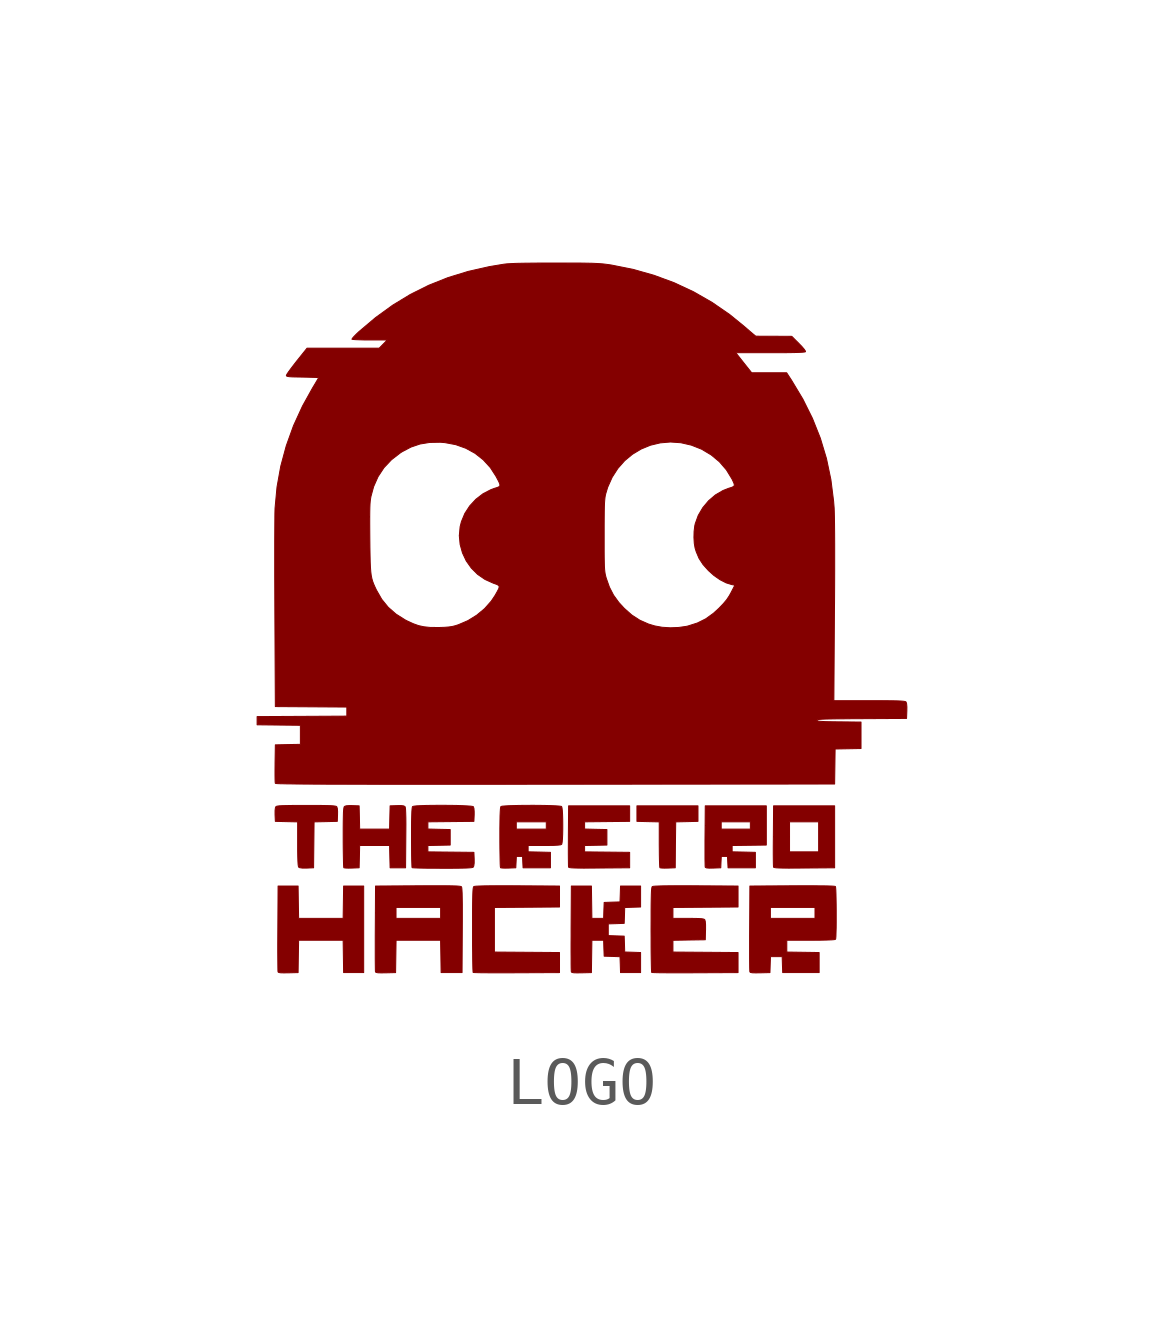
<source format=kicad_sym>
(kicad_symbol_lib
  (version 20220914)
  (generator "bitmap2component")
  (generator_version "8.0")
  (symbol "LOGO"
    (pin_names
      (offset 1.016))
    (property "Reference" "#G"
      (at 0 9.236 0)
      (effects (font (size 1.27 1.27)) hide))
    (symbol "LOGO_0_0"
      (polyline (pts (xy -5.719 -6.906) (xy -5.515 -6.901) (xy -5.51 -6.564) (xy -5.504 -6.227) (xy -5.04 -6.227) (xy -4.576 -6.227) (xy -4.571 -6.564) (xy -4.566 -6.901) (xy -4.357 -6.901) (xy -4.148 -6.901) (xy -4.148 -5.999) (xy -4.148 -5.097) (xy -4.357 -5.097) (xy -4.566 -5.097) (xy -4.571 -5.434) (xy -4.576 -5.771) (xy -5.04 -5.771) (xy -5.504 -5.771) (xy -5.51 -5.434) (xy -5.515 -5.097) (xy -5.724 -5.097) (xy -5.932 -5.097) (xy -5.937 -5.98) (xy -5.938 -6.142) (xy -5.939 -6.312) (xy -5.939 -6.467) (xy -5.938 -6.604) (xy -5.937 -6.718) (xy -5.936 -6.806) (xy -5.935 -6.864) (xy -5.933 -6.887) (xy -5.919 -6.898) (xy -5.882 -6.905) (xy -5.817 -6.907) (xy -5.719 -6.906)) (stroke (width 0.01) (type default)) (fill (type outline)))
      (polyline (pts (xy -3.688 -6.906) (xy -3.483 -6.901) (xy -3.478 -6.564) (xy -3.473 -6.227) (xy -3.009 -6.227) (xy -2.545 -6.227) (xy -2.539 -6.564) (xy -2.534 -6.901) (xy -2.316 -6.901) (xy -2.098 -6.901) (xy -2.093 -6.02) (xy -2.092 -5.829) (xy -2.092 -5.634) (xy -2.092 -5.473) (xy -2.094 -5.344) (xy -2.096 -5.245) (xy -2.1 -5.176) (xy -2.104 -5.132) (xy -2.11 -5.113) (xy -2.114 -5.11) (xy -2.131 -5.104) (xy -2.161 -5.1) (xy -2.209 -5.096) (xy -2.276 -5.094) (xy -2.366 -5.092) (xy -2.482 -5.091) (xy -2.627 -5.091) (xy -2.804 -5.091) (xy -3.016 -5.092) (xy -3.901 -5.097) (xy -3.904 -5.657) (xy -3.474 -5.657) (xy -3.474 -5.543) (xy -3.009 -5.543) (xy -2.544 -5.543) (xy -2.544 -5.657) (xy -2.544 -5.771) (xy -3.009 -5.771) (xy -3.474 -5.771) (xy -3.474 -5.657) (xy -3.904 -5.657) (xy -3.906 -5.98) (xy -3.907 -6.142) (xy -3.907 -6.312) (xy -3.907 -6.467) (xy -3.907 -6.604) (xy -3.906 -6.718) (xy -3.905 -6.806) (xy -3.904 -6.864) (xy -3.902 -6.887) (xy -3.888 -6.898) (xy -3.85 -6.905) (xy -3.786 -6.907) (xy -3.688 -6.906)) (stroke (width 0.01) (type default)) (fill (type outline)))
      (polyline (pts (xy -1.141 -6.906) (xy -0.96 -6.905) (xy -0.067 -6.901) (xy -0.067 -6.692) (xy -0.067 -6.483) (xy -0.745 -6.478) (xy -1.424 -6.473) (xy -1.424 -6.008) (xy -1.424 -5.544) (xy -0.745 -5.539) (xy -0.067 -5.534) (xy -0.067 -5.315) (xy -0.067 -5.097) (xy -0.947 -5.092) (xy -1.123 -5.091) (xy -1.322 -5.091) (xy -1.486 -5.092) (xy -1.617 -5.093) (xy -1.718 -5.096) (xy -1.79 -5.099) (xy -1.834 -5.103) (xy -1.853 -5.109) (xy -1.856 -5.111) (xy -1.862 -5.127) (xy -1.867 -5.156) (xy -1.871 -5.203) (xy -1.874 -5.27) (xy -1.876 -5.359) (xy -1.878 -5.475) (xy -1.879 -5.619) (xy -1.879 -5.796) (xy -1.879 -6.008) (xy -1.879 -6.167) (xy -1.879 -6.335) (xy -1.877 -6.489) (xy -1.876 -6.624) (xy -1.874 -6.736) (xy -1.872 -6.821) (xy -1.869 -6.877) (xy -1.867 -6.897) (xy -1.847 -6.9) (xy -1.793 -6.902) (xy -1.709 -6.904) (xy -1.597 -6.905) (xy -1.463 -6.906) (xy -1.31 -6.906) (xy -1.141 -6.906)) (stroke (width 0.01) (type default)) (fill (type outline)))
      (polyline (pts (xy 0.394 -6.906) (xy 0.598 -6.901) (xy 0.603 -6.564) (xy 0.608 -6.227) (xy 0.731 -6.227) (xy 0.853 -6.227) (xy 0.858 -6.393) (xy 0.864 -6.559) (xy 1.029 -6.564) (xy 1.194 -6.57) (xy 1.2 -6.735) (xy 1.205 -6.901) (xy 1.414 -6.901) (xy 1.623 -6.901) (xy 1.623 -6.692) (xy 1.623 -6.483) (xy 1.458 -6.477) (xy 1.292 -6.472) (xy 1.287 -6.307) (xy 1.281 -6.141) (xy 1.115 -6.136) (xy 0.949 -6.13) (xy 0.949 -6.008) (xy 0.949 -5.886) (xy 1.115 -5.881) (xy 1.281 -5.875) (xy 1.287 -5.71) (xy 1.292 -5.545) (xy 1.458 -5.539) (xy 1.623 -5.534) (xy 1.623 -5.315) (xy 1.623 -5.097) (xy 1.414 -5.097) (xy 1.205 -5.097) (xy 1.2 -5.263) (xy 1.194 -5.428) (xy 1.029 -5.433) (xy 0.864 -5.439) (xy 0.858 -5.605) (xy 0.853 -5.771) (xy 0.731 -5.771) (xy 0.608 -5.771) (xy 0.603 -5.434) (xy 0.598 -5.097) (xy 0.389 -5.097) (xy 0.18 -5.097) (xy 0.175 -5.98) (xy 0.175 -6.142) (xy 0.174 -6.312) (xy 0.174 -6.467) (xy 0.175 -6.604) (xy 0.175 -6.718) (xy 0.176 -6.806) (xy 0.178 -6.864) (xy 0.18 -6.887) (xy 0.194 -6.898) (xy 0.231 -6.905) (xy 0.296 -6.907) (xy 0.394 -6.906)) (stroke (width 0.01) (type default)) (fill (type outline)))
      (polyline (pts (xy 2.58 -6.906) (xy 2.761 -6.905) (xy 3.654 -6.901) (xy 3.654 -6.692) (xy 3.654 -6.483) (xy 2.976 -6.478) (xy 2.297 -6.473) (xy 2.297 -6.35) (xy 2.297 -6.228) (xy 2.634 -6.222) (xy 2.971 -6.217) (xy 2.976 -6.021) (xy 2.977 -6.01) (xy 2.977 -5.904) (xy 2.971 -5.833) (xy 2.96 -5.798) (xy 2.956 -5.794) (xy 2.935 -5.785) (xy 2.896 -5.778) (xy 2.833 -5.774) (xy 2.742 -5.772) (xy 2.617 -5.771) (xy 2.297 -5.771) (xy 2.297 -5.657) (xy 2.297 -5.544) (xy 2.976 -5.539) (xy 3.654 -5.534) (xy 3.654 -5.315) (xy 3.654 -5.097) (xy 2.774 -5.092) (xy 2.598 -5.091) (xy 2.399 -5.091) (xy 2.235 -5.092) (xy 2.103 -5.093) (xy 2.003 -5.096) (xy 1.931 -5.099) (xy 1.887 -5.103) (xy 1.867 -5.109) (xy 1.865 -5.111) (xy 1.859 -5.127) (xy 1.854 -5.156) (xy 1.85 -5.203) (xy 1.847 -5.27) (xy 1.845 -5.359) (xy 1.843 -5.475) (xy 1.842 -5.619) (xy 1.842 -5.796) (xy 1.841 -6.008) (xy 1.842 -6.167) (xy 1.842 -6.335) (xy 1.843 -6.489) (xy 1.845 -6.624) (xy 1.847 -6.736) (xy 1.849 -6.821) (xy 1.852 -6.877) (xy 1.854 -6.897) (xy 1.874 -6.9) (xy 1.928 -6.902) (xy 2.012 -6.904) (xy 2.123 -6.905) (xy 2.257 -6.906) (xy 2.411 -6.906) (xy 2.58 -6.906)) (stroke (width 0.01) (type default)) (fill (type outline)))
      (polyline (pts (xy 4.114 -6.906) (xy 4.319 -6.901) (xy 4.324 -6.734) (xy 4.33 -6.568) (xy 4.452 -6.568) (xy 4.574 -6.568) (xy 4.579 -6.734) (xy 4.585 -6.901) (xy 4.964 -6.901) (xy 5.344 -6.901) (xy 5.344 -6.692) (xy 5.344 -6.483) (xy 5.007 -6.478) (xy 4.67 -6.473) (xy 4.67 -6.35) (xy 4.67 -6.227) (xy 5.172 -6.227) (xy 5.188 -6.227) (xy 5.364 -6.226) (xy 5.501 -6.223) (xy 5.601 -6.219) (xy 5.662 -6.214) (xy 5.686 -6.206) (xy 5.69 -6.191) (xy 5.694 -6.142) (xy 5.696 -6.065) (xy 5.699 -5.968) (xy 5.7 -5.854) (xy 5.7 -5.732) (xy 5.7 -5.605) (xy 5.699 -5.482) (xy 5.697 -5.366) (xy 5.695 -5.265) (xy 5.692 -5.184) (xy 5.688 -5.129) (xy 5.683 -5.106) (xy 5.683 -5.106) (xy 5.657 -5.101) (xy 5.595 -5.097) (xy 5.497 -5.094) (xy 5.366 -5.093) (xy 5.202 -5.091) (xy 5.007 -5.091) (xy 4.783 -5.092) (xy 3.901 -5.097) (xy 3.898 -5.657) (xy 4.328 -5.657) (xy 4.328 -5.543) (xy 4.793 -5.543) (xy 5.258 -5.543) (xy 5.258 -5.657) (xy 5.258 -5.771) (xy 4.793 -5.771) (xy 4.328 -5.771) (xy 4.328 -5.657) (xy 3.898 -5.657) (xy 3.896 -5.98) (xy 3.895 -6.142) (xy 3.895 -6.312) (xy 3.895 -6.467) (xy 3.895 -6.604) (xy 3.896 -6.718) (xy 3.897 -6.806) (xy 3.899 -6.864) (xy 3.901 -6.887) (xy 3.915 -6.898) (xy 3.952 -6.905) (xy 4.017 -6.907) (xy 4.114 -6.906)) (stroke (width 0.01) (type default)) (fill (type outline)))
      (polyline (pts (xy -5.192 -4.717) (xy -5.187 -4.239) (xy -5.182 -3.76) (xy -4.94 -3.755) (xy -4.698 -3.749) (xy -4.693 -3.61) (xy -4.692 -3.546) (xy -4.697 -3.48) (xy -4.709 -3.444) (xy -4.719 -3.437) (xy -4.742 -3.431) (xy -4.781 -3.426) (xy -4.84 -3.422) (xy -4.921 -3.42) (xy -5.03 -3.418) (xy -5.17 -3.417) (xy -5.344 -3.417) (xy -5.494 -3.417) (xy -5.639 -3.418) (xy -5.752 -3.42) (xy -5.838 -3.422) (xy -5.899 -3.425) (xy -5.941 -3.43) (xy -5.966 -3.436) (xy -5.978 -3.444) (xy -5.988 -3.467) (xy -5.995 -3.525) (xy -5.995 -3.61) (xy -5.989 -3.749) (xy -5.757 -3.755) (xy -5.524 -3.76) (xy -5.524 -4.221) (xy -5.524 -4.353) (xy -5.522 -4.481) (xy -5.519 -4.577) (xy -5.515 -4.644) (xy -5.509 -4.686) (xy -5.501 -4.705) (xy -5.485 -4.714) (xy -5.428 -4.723) (xy -5.335 -4.723) (xy -5.192 -4.717)) (stroke (width 0.01) (type default)) (fill (type outline)))
      (polyline (pts (xy -4.396 -4.723) (xy -4.243 -4.717) (xy -4.237 -4.485) (xy -4.232 -4.252) (xy -3.92 -4.252) (xy -3.608 -4.252) (xy -3.603 -4.485) (xy -3.597 -4.717) (xy -3.436 -4.717) (xy -3.275 -4.717) (xy -3.27 -4.093) (xy -3.269 -3.97) (xy -3.268 -3.806) (xy -3.269 -3.675) (xy -3.272 -3.576) (xy -3.275 -3.506) (xy -3.28 -3.462) (xy -3.287 -3.442) (xy -3.289 -3.439) (xy -3.318 -3.426) (xy -3.37 -3.42) (xy -3.453 -3.421) (xy -3.597 -3.426) (xy -3.603 -3.669) (xy -3.608 -3.911) (xy -3.92 -3.911) (xy -4.232 -3.911) (xy -4.237 -3.669) (xy -4.243 -3.426) (xy -4.382 -3.421) (xy -4.446 -3.42) (xy -4.513 -3.425) (xy -4.548 -3.438) (xy -4.555 -3.448) (xy -4.561 -3.472) (xy -4.566 -3.512) (xy -4.57 -3.571) (xy -4.572 -3.655) (xy -4.574 -3.765) (xy -4.575 -3.905) (xy -4.575 -4.081) (xy -4.575 -4.176) (xy -4.574 -4.319) (xy -4.572 -4.447) (xy -4.57 -4.555) (xy -4.568 -4.638) (xy -4.565 -4.693) (xy -4.562 -4.715) (xy -4.559 -4.717) (xy -4.526 -4.722) (xy -4.468 -4.724) (xy -4.396 -4.723)) (stroke (width 0.01) (type default)) (fill (type outline)))
      (polyline (pts (xy -2.343 -4.727) (xy -2.2 -4.726) (xy -2.087 -4.724) (xy -2.002 -4.722) (xy -1.94 -4.718) (xy -1.899 -4.714) (xy -1.874 -4.708) (xy -1.862 -4.7) (xy -1.853 -4.677) (xy -1.845 -4.619) (xy -1.845 -4.534) (xy -1.851 -4.395) (xy -2.33 -4.39) (xy -2.81 -4.385) (xy -2.81 -4.319) (xy -2.81 -4.253) (xy -2.577 -4.248) (xy -2.345 -4.243) (xy -2.345 -4.082) (xy -2.345 -3.92) (xy -2.577 -3.915) (xy -2.81 -3.909) (xy -2.81 -3.834) (xy -2.81 -3.759) (xy -2.33 -3.754) (xy -1.851 -3.749) (xy -1.845 -3.61) (xy -1.845 -3.546) (xy -1.85 -3.48) (xy -1.862 -3.444) (xy -1.873 -3.439) (xy -1.917 -3.432) (xy -1.991 -3.427) (xy -2.089 -3.422) (xy -2.204 -3.418) (xy -2.332 -3.416) (xy -2.466 -3.415) (xy -2.602 -3.415) (xy -2.733 -3.416) (xy -2.854 -3.418) (xy -2.96 -3.422) (xy -3.045 -3.426) (xy -3.103 -3.433) (xy -3.128 -3.44) (xy -3.134 -3.451) (xy -3.139 -3.486) (xy -3.144 -3.545) (xy -3.147 -3.632) (xy -3.15 -3.748) (xy -3.151 -3.897) (xy -3.151 -4.082) (xy -3.151 -4.176) (xy -3.15 -4.319) (xy -3.149 -4.447) (xy -3.147 -4.554) (xy -3.144 -4.638) (xy -3.142 -4.693) (xy -3.139 -4.714) (xy -3.129 -4.716) (xy -3.086 -4.719) (xy -3.013 -4.722) (xy -2.913 -4.724) (xy -2.793 -4.726) (xy -2.655 -4.726) (xy -2.505 -4.727) (xy -2.343 -4.727)) (stroke (width 0.01) (type default)) (fill (type outline)))
      (polyline (pts (xy -1.13 -4.723) (xy -0.978 -4.717) (xy -0.972 -4.599) (xy -0.966 -4.48) (xy -0.902 -4.48) (xy -0.837 -4.48) (xy -0.832 -4.599) (xy -0.826 -4.717) (xy -0.541 -4.717) (xy -0.256 -4.717) (xy -0.256 -4.556) (xy -0.256 -4.395) (xy -0.489 -4.389) (xy -0.721 -4.384) (xy -0.721 -4.318) (xy -0.721 -4.252) (xy -0.384 -4.252) (xy -0.304 -4.252) (xy -0.185 -4.25) (xy -0.1 -4.245) (xy -0.047 -4.239) (xy -0.023 -4.229) (xy -0.019 -4.221) (xy -0.011 -4.179) (xy -0.005 -4.109) (xy -0.001 -4.019) (xy 0.001 -3.917) (xy 0.001 -3.809) (xy 0 -3.703) (xy -0.003 -3.606) (xy -0.008 -3.524) (xy -0.015 -3.467) (xy -0.023 -3.44) (xy -0.033 -3.436) (xy -0.078 -3.43) (xy -0.152 -3.425) (xy -0.249 -3.421) (xy -0.364 -3.418) (xy -0.492 -3.416) (xy -0.626 -3.415) (xy -0.762 -3.416) (xy -0.893 -3.417) (xy -1.014 -3.42) (xy -1.12 -3.423) (xy -1.204 -3.428) (xy -1.262 -3.433) (xy -1.287 -3.44) (xy -1.292 -3.451) (xy -1.298 -3.486) (xy -1.302 -3.545) (xy -1.306 -3.632) (xy -1.308 -3.748) (xy -1.309 -3.835) (xy -0.968 -3.835) (xy -0.968 -3.759) (xy -0.655 -3.759) (xy -0.342 -3.759) (xy -0.342 -3.835) (xy -0.342 -3.911) (xy -0.655 -3.911) (xy -0.968 -3.911) (xy -0.968 -3.835) (xy -1.309 -3.835) (xy -1.31 -3.897) (xy -1.31 -4.082) (xy -1.31 -4.176) (xy -1.309 -4.319) (xy -1.307 -4.447) (xy -1.305 -4.555) (xy -1.303 -4.638) (xy -1.3 -4.693) (xy -1.296 -4.715) (xy -1.293 -4.717) (xy -1.261 -4.722) (xy -1.203 -4.724) (xy -1.13 -4.723)) (stroke (width 0.01) (type default)) (fill (type outline)))
      (polyline (pts (xy 0.585 -4.723) (xy 0.764 -4.722) (xy 1.395 -4.717) (xy 1.395 -4.556) (xy 1.395 -4.395) (xy 0.925 -4.39) (xy 0.456 -4.385) (xy 0.456 -4.319) (xy 0.456 -4.253) (xy 0.688 -4.248) (xy 0.921 -4.243) (xy 0.921 -4.082) (xy 0.921 -3.92) (xy 0.688 -3.915) (xy 0.456 -3.909) (xy 0.456 -3.834) (xy 0.456 -3.759) (xy 0.925 -3.754) (xy 1.395 -3.749) (xy 1.395 -3.588) (xy 1.395 -3.426) (xy 0.759 -3.426) (xy 0.123 -3.426) (xy 0.118 -4.053) (xy 0.118 -4.152) (xy 0.117 -4.296) (xy 0.117 -4.425) (xy 0.118 -4.535) (xy 0.119 -4.622) (xy 0.12 -4.679) (xy 0.123 -4.703) (xy 0.126 -4.707) (xy 0.145 -4.713) (xy 0.183 -4.718) (xy 0.243 -4.721) (xy 0.327 -4.723) (xy 0.44 -4.724) (xy 0.585 -4.723)) (stroke (width 0.01) (type default)) (fill (type outline)))
      (polyline (pts (xy 2.192 -4.723) (xy 2.345 -4.717) (xy 2.349 -4.239) (xy 2.355 -3.76) (xy 2.587 -3.755) (xy 2.819 -3.749) (xy 2.819 -3.588) (xy 2.819 -3.426) (xy 2.183 -3.426) (xy 1.547 -3.426) (xy 1.547 -3.588) (xy 1.547 -3.749) (xy 1.78 -3.755) (xy 2.012 -3.76) (xy 2.012 -4.231) (xy 2.013 -4.332) (xy 2.014 -4.452) (xy 2.016 -4.556) (xy 2.019 -4.638) (xy 2.022 -4.693) (xy 2.026 -4.715) (xy 2.029 -4.717) (xy 2.061 -4.722) (xy 2.119 -4.724) (xy 2.192 -4.723)) (stroke (width 0.01) (type default)) (fill (type outline)))
      (polyline (pts (xy 3.137 -4.723) (xy 3.294 -4.717) (xy 3.299 -4.599) (xy 3.305 -4.48) (xy 3.37 -4.48) (xy 3.434 -4.48) (xy 3.44 -4.599) (xy 3.446 -4.717) (xy 3.73 -4.717) (xy 4.015 -4.717) (xy 4.015 -4.556) (xy 4.015 -4.395) (xy 3.773 -4.389) (xy 3.531 -4.384) (xy 3.531 -4.319) (xy 3.531 -4.253) (xy 3.887 -4.248) (xy 4.243 -4.243) (xy 4.243 -3.835) (xy 4.243 -3.426) (xy 3.607 -3.426) (xy 2.971 -3.426) (xy 2.968 -3.835) (xy 3.303 -3.835) (xy 3.303 -3.759) (xy 3.607 -3.759) (xy 3.911 -3.759) (xy 3.911 -3.835) (xy 3.911 -3.911) (xy 3.607 -3.911) (xy 3.303 -3.911) (xy 3.303 -3.835) (xy 2.968 -3.835) (xy 2.966 -4.053) (xy 2.965 -4.152) (xy 2.965 -4.296) (xy 2.965 -4.425) (xy 2.965 -4.536) (xy 2.967 -4.622) (xy 2.968 -4.679) (xy 2.97 -4.704) (xy 2.974 -4.709) (xy 2.999 -4.72) (xy 3.052 -4.724) (xy 3.137 -4.723)) (stroke (width 0.01) (type default)) (fill (type outline)))
      (polyline (pts (xy 4.856 -4.723) (xy 5.035 -4.722) (xy 5.667 -4.717) (xy 5.667 -4.072) (xy 5.667 -3.426) (xy 5.031 -3.426) (xy 4.395 -3.426) (xy 4.39 -4.053) (xy 4.39 -4.072) (xy 4.727 -4.072) (xy 4.727 -3.759) (xy 5.031 -3.759) (xy 5.334 -3.759) (xy 5.334 -4.072) (xy 5.334 -4.385) (xy 5.031 -4.385) (xy 4.727 -4.385) (xy 4.727 -4.072) (xy 4.39 -4.072) (xy 4.389 -4.152) (xy 4.388 -4.296) (xy 4.388 -4.425) (xy 4.389 -4.535) (xy 4.39 -4.622) (xy 4.392 -4.679) (xy 4.394 -4.703) (xy 4.398 -4.707) (xy 4.417 -4.713) (xy 4.454 -4.718) (xy 4.514 -4.721) (xy 4.598 -4.723) (xy 4.711 -4.724) (xy 4.856 -4.723)) (stroke (width 0.01) (type default)) (fill (type outline)))
      (polyline (pts (xy -2.236 -2.977) (xy -1.769 -2.977) (xy -1.268 -2.977) (xy -0.731 -2.976) (xy -0.157 -2.976) (xy 5.667 -2.971) (xy 5.672 -2.606) (xy 5.677 -2.241) (xy 5.947 -2.236) (xy 6.217 -2.231) (xy 6.217 -1.955) (xy 6.217 -1.68) (xy 5.757 -1.675) (xy 5.738 -1.675) (xy 5.596 -1.673) (xy 5.487 -1.671) (xy 5.407 -1.667) (xy 5.352 -1.663) (xy 5.319 -1.658) (xy 5.301 -1.651) (xy 5.296 -1.642) (xy 5.297 -1.639) (xy 5.304 -1.633) (xy 5.323 -1.628) (xy 5.356 -1.624) (xy 5.406 -1.62) (xy 5.476 -1.617) (xy 5.569 -1.615) (xy 5.688 -1.613) (xy 5.836 -1.612) (xy 6.016 -1.61) (xy 6.231 -1.609) (xy 7.166 -1.604) (xy 7.172 -1.446) (xy 7.173 -1.365) (xy 7.167 -1.296) (xy 7.155 -1.261) (xy 7.148 -1.256) (xy 7.128 -1.25) (xy 7.094 -1.245) (xy 7.041 -1.241) (xy 6.968 -1.238) (xy 6.869 -1.236) (xy 6.742 -1.235) (xy 6.585 -1.234) (xy 6.392 -1.234) (xy 5.651 -1.234) (xy 5.663 0.622) (xy 5.665 0.826) (xy 5.667 1.17) (xy 5.668 1.485) (xy 5.668 1.77) (xy 5.668 2.023) (xy 5.667 2.244) (xy 5.665 2.432) (xy 5.663 2.584) (xy 5.66 2.701) (xy 5.657 2.781) (xy 5.646 2.922) (xy 5.589 3.374) (xy 5.497 3.812) (xy 5.369 4.237) (xy 5.205 4.649) (xy 5.005 5.051) (xy 4.769 5.444) (xy 4.667 5.6) (xy 4.302 5.6) (xy 3.938 5.6) (xy 3.772 5.809) (xy 3.607 6.018) (xy 4.327 6.018) (xy 4.496 6.018) (xy 4.672 6.019) (xy 4.813 6.021) (xy 4.921 6.024) (xy 4.997 6.028) (xy 5.043 6.033) (xy 5.06 6.039) (xy 5.057 6.053) (xy 5.032 6.091) (xy 4.986 6.145) (xy 4.924 6.209) (xy 4.774 6.359) (xy 4.399 6.361) (xy 4.024 6.362) (xy 3.963 6.412) (xy 3.95 6.423) (xy 3.9 6.465) (xy 3.836 6.521) (xy 3.768 6.579) (xy 3.479 6.814) (xy 3.115 7.065) (xy 2.73 7.286) (xy 2.326 7.475) (xy 1.904 7.631) (xy 1.467 7.755) (xy 1.016 7.845) (xy 0.957 7.854) (xy 0.896 7.862) (xy 0.836 7.869) (xy 0.771 7.874) (xy 0.698 7.878) (xy 0.613 7.882) (xy 0.51 7.884) (xy 0.387 7.886) (xy 0.238 7.886) (xy 0.06 7.887) (xy -0.152 7.887) (xy -0.193 7.887) (xy -0.436 7.887) (xy -0.644 7.885) (xy -0.818 7.883) (xy -0.961 7.88) (xy -1.075 7.875) (xy -1.162 7.87) (xy -1.224 7.863) (xy -1.53 7.812) (xy -1.972 7.712) (xy -2.392 7.583) (xy -2.793 7.423) (xy -3.176 7.232) (xy -3.544 7.008) (xy -3.9 6.75) (xy -4.247 6.457) (xy -4.301 6.406) (xy -4.351 6.355) (xy -4.383 6.318) (xy -4.393 6.299) (xy -4.392 6.299) (xy -4.369 6.294) (xy -4.314 6.29) (xy -4.233 6.287) (xy -4.133 6.284) (xy -4.019 6.284) (xy -3.656 6.284) (xy -3.74 6.198) (xy -3.824 6.113) (xy -4.576 6.113) (xy -5.328 6.113) (xy -5.543 5.845) (xy -5.605 5.765) (xy -5.666 5.685) (xy -5.715 5.618) (xy -5.747 5.57) (xy -5.759 5.545) (xy -5.759 5.541) (xy -5.753 5.531) (xy -5.733 5.524) (xy -5.695 5.518) (xy -5.635 5.514) (xy -5.546 5.512) (xy -5.425 5.51) (xy -5.327 5.508) (xy -5.231 5.505) (xy -5.155 5.503) (xy -5.106 5.5) (xy -5.088 5.497) (xy -5.088 5.496) (xy -5.099 5.475) (xy -5.127 5.428) (xy -5.166 5.362) (xy -5.213 5.284) (xy -5.423 4.906) (xy -5.61 4.498) (xy -5.761 4.079) (xy -5.876 3.653) (xy -5.954 3.22) (xy -5.995 2.781) (xy -5.996 2.755) (xy -5.998 2.678) (xy -5.999 2.596) (xy -4.022 2.596) (xy -4.021 2.707) (xy -4.019 2.797) (xy -4.016 2.869) (xy -4.011 2.929) (xy -4.004 2.979) (xy -3.996 3.024) (xy -3.941 3.226) (xy -3.849 3.434) (xy -3.725 3.622) (xy -3.569 3.787) (xy -3.383 3.931) (xy -3.347 3.954) (xy -3.163 4.051) (xy -2.974 4.115) (xy -2.773 4.148) (xy -2.553 4.152) (xy -2.455 4.144) (xy -2.23 4.102) (xy -2.02 4.027) (xy -1.827 3.921) (xy -1.656 3.786) (xy -1.508 3.624) (xy -1.387 3.436) (xy -1.377 3.416) (xy -1.335 3.337) (xy -1.312 3.284) (xy -1.308 3.249) (xy -1.324 3.227) (xy -1.361 3.21) (xy -1.42 3.192) (xy -1.496 3.164) (xy -1.66 3.079) (xy -1.809 2.964) (xy -1.938 2.825) (xy -2.04 2.668) (xy -2.111 2.497) (xy -2.138 2.392) (xy -2.154 2.212) (xy 0.864 2.212) (xy 0.864 2.23) (xy 0.864 2.42) (xy 0.865 2.576) (xy 0.866 2.703) (xy 0.868 2.805) (xy 0.871 2.886) (xy 0.876 2.95) (xy 0.881 3) (xy 0.888 3.042) (xy 0.897 3.08) (xy 0.937 3.213) (xy 1.03 3.421) (xy 1.149 3.606) (xy 1.291 3.767) (xy 1.454 3.902) (xy 1.634 4.01) (xy 1.828 4.09) (xy 2.033 4.139) (xy 2.245 4.157) (xy 2.462 4.142) (xy 2.68 4.092) (xy 2.895 4.007) (xy 2.898 4.005) (xy 3.094 3.888) (xy 3.266 3.745) (xy 3.411 3.577) (xy 3.526 3.389) (xy 3.537 3.367) (xy 3.567 3.302) (xy 3.578 3.26) (xy 3.565 3.233) (xy 3.526 3.213) (xy 3.458 3.192) (xy 3.341 3.146) (xy 3.183 3.054) (xy 3.041 2.933) (xy 2.92 2.789) (xy 2.825 2.628) (xy 2.762 2.454) (xy 2.752 2.408) (xy 2.738 2.293) (xy 2.735 2.167) (xy 2.742 2.046) (xy 2.759 1.946) (xy 2.783 1.869) (xy 2.842 1.73) (xy 2.925 1.603) (xy 3.038 1.477) (xy 3.153 1.374) (xy 3.28 1.286) (xy 3.407 1.221) (xy 3.525 1.185) (xy 3.588 1.173) (xy 3.508 1.018) (xy 3.47 0.95) (xy 3.416 0.869) (xy 3.347 0.787) (xy 3.256 0.692) (xy 3.141 0.587) (xy 2.98 0.471) (xy 2.807 0.385) (xy 2.612 0.323) (xy 2.578 0.315) (xy 2.417 0.292) (xy 2.243 0.285) (xy 2.071 0.296) (xy 1.917 0.324) (xy 1.788 0.363) (xy 1.607 0.443) (xy 1.44 0.551) (xy 1.281 0.692) (xy 1.17 0.813) (xy 1.059 0.966) (xy 0.974 1.131) (xy 0.907 1.32) (xy 0.902 1.338) (xy 0.892 1.376) (xy 0.884 1.413) (xy 0.878 1.455) (xy 0.873 1.504) (xy 0.869 1.566) (xy 0.867 1.645) (xy 0.865 1.745) (xy 0.864 1.869) (xy 0.864 2.024) (xy 0.864 2.212) (xy -2.154 2.212) (xy -2.155 2.206) (xy -2.138 2.023) (xy -2.089 1.846) (xy -2.011 1.68) (xy -1.905 1.53) (xy -1.774 1.399) (xy -1.62 1.293) (xy -1.445 1.214) (xy -1.427 1.208) (xy -1.369 1.187) (xy -1.335 1.167) (xy -1.323 1.141) (xy -1.332 1.102) (xy -1.362 1.044) (xy -1.41 0.959) (xy -1.489 0.841) (xy -1.627 0.685) (xy -1.792 0.548) (xy -1.976 0.434) (xy -2.174 0.349) (xy -2.236 0.329) (xy -2.303 0.312) (xy -2.374 0.302) (xy -2.46 0.295) (xy -2.572 0.291) (xy -2.623 0.291) (xy -2.769 0.293) (xy -2.892 0.306) (xy -3.004 0.33) (xy -3.115 0.37) (xy -3.237 0.426) (xy -3.284 0.45) (xy -3.475 0.571) (xy -3.637 0.713) (xy -3.772 0.879) (xy -3.883 1.073) (xy -3.884 1.075) (xy -3.915 1.141) (xy -3.941 1.2) (xy -3.962 1.256) (xy -3.978 1.314) (xy -3.991 1.379) (xy -4 1.454) (xy -4.007 1.545) (xy -4.012 1.655) (xy -4.015 1.791) (xy -4.018 1.955) (xy -4.02 2.152) (xy -4.021 2.289) (xy -4.022 2.458) (xy -4.022 2.596) (xy -5.999 2.596) (xy -5.999 2.569) (xy -6 2.429) (xy -6.001 2.262) (xy -6.002 2.07) (xy -6.002 1.858) (xy -6.002 1.627) (xy -6.002 1.38) (xy -6.001 1.121) (xy -6 0.853) (xy -5.999 0.579) (xy -5.989 -1.357) (xy -5.244 -1.362) (xy -4.499 -1.367) (xy -4.499 -1.462) (xy -4.499 -1.556) (xy -5.434 -1.561) (xy -6.369 -1.566) (xy -6.369 -1.652) (xy -6.369 -1.737) (xy -5.918 -1.742) (xy -5.467 -1.747) (xy -5.467 -1.946) (xy -5.467 -2.144) (xy -5.728 -2.149) (xy -5.989 -2.155) (xy -5.995 -2.543) (xy -5.995 -2.57) (xy -5.996 -2.687) (xy -5.996 -2.79) (xy -5.995 -2.873) (xy -5.993 -2.931) (xy -5.99 -2.956) (xy -5.985 -2.958) (xy -5.967 -2.961) (xy -5.936 -2.963) (xy -5.889 -2.965) (xy -5.827 -2.966) (xy -5.748 -2.968) (xy -5.651 -2.969) (xy -5.534 -2.971) (xy -5.397 -2.972) (xy -5.239 -2.973) (xy -5.058 -2.974) (xy -4.854 -2.975) (xy -4.625 -2.975) (xy -4.37 -2.976) (xy -4.088 -2.976) (xy -3.778 -2.977) (xy -3.439 -2.977) (xy -3.07 -2.977) (xy -2.669 -2.977) (xy -2.236 -2.977)) (stroke (width 0.01) (type default)) (fill (type outline))))))
</source>
